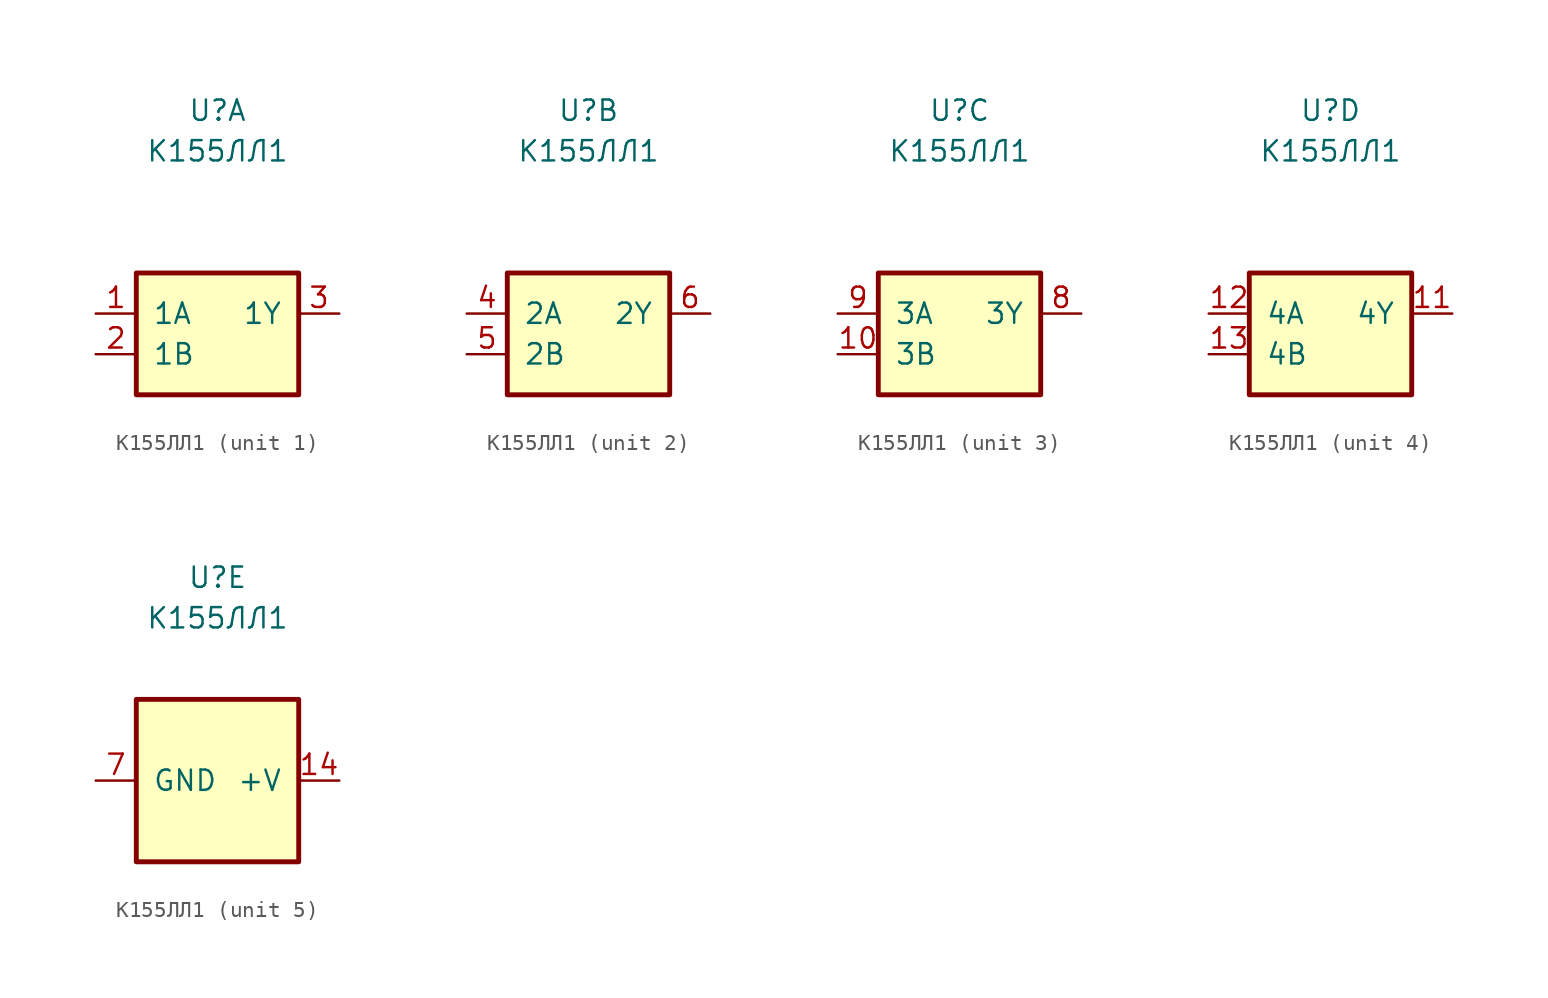
<source format=kicad_sym>
(kicad_symbol_lib
  (version 20220914)
  (generator kicad_symbol_editor)
  (symbol "К155ЛЛ1"
    (pin_names
      (offset 1.016))
    (property "Reference" "U"
      (at 0 12.7 0)
      (effects (font (size 1.27 1.27))))
    (property "Value" "К155ЛЛ1"
      (at 0 10.16 0)
      (effects (font (size 1.27 1.27))))
    (property "ki_locked" ""
      (at 0 0 0)
      (effects (font (size 1.27 1.27))))
    (symbol "К155ЛЛ1_1_1"
      (rectangle (start -5.08 2.54) (end 5.08 -5.08) (stroke (width 0.305) (type default)) (fill (type background)))
      (pin input line (at -7.62 0 0) (length 2.54) (name "1A" (effects (font (size 1.27 1.27)))) (number "1" (effects (font (size 1.27 1.27)))))
      (pin input line (at -7.62 -2.54 0) (length 2.54) (name "1B" (effects (font (size 1.27 1.27)))) (number "2" (effects (font (size 1.27 1.27)))))
      (pin output line (at 7.62 0 180) (length 2.54) (name "1Y" (effects (font (size 1.27 1.27)))) (number "3" (effects (font (size 1.27 1.27))))))
    (symbol "К155ЛЛ1_2_1"
      (rectangle (start -5.08 2.54) (end 5.08 -5.08) (stroke (width 0.305) (type default)) (fill (type background)))
      (pin input line (at -7.62 0 0) (length 2.54) (name "2A" (effects (font (size 1.27 1.27)))) (number "4" (effects (font (size 1.27 1.27)))))
      (pin input line (at -7.62 -2.54 0) (length 2.54) (name "2B" (effects (font (size 1.27 1.27)))) (number "5" (effects (font (size 1.27 1.27)))))
      (pin output line (at 7.62 0 180) (length 2.54) (name "2Y" (effects (font (size 1.27 1.27)))) (number "6" (effects (font (size 1.27 1.27))))))
    (symbol "К155ЛЛ1_3_1"
      (rectangle (start -5.08 2.54) (end 5.08 -5.08) (stroke (width 0.305) (type default)) (fill (type background)))
      (pin input line (at -7.62 -2.54 0) (length 2.54) (name "3B" (effects (font (size 1.27 1.27)))) (number "10" (effects (font (size 1.27 1.27)))))
      (pin output line (at 7.62 0 180) (length 2.54) (name "3Y" (effects (font (size 1.27 1.27)))) (number "8" (effects (font (size 1.27 1.27)))))
      (pin input line (at -7.62 0 0) (length 2.54) (name "3A" (effects (font (size 1.27 1.27)))) (number "9" (effects (font (size 1.27 1.27))))))
    (symbol "К155ЛЛ1_4_1"
      (rectangle (start -5.08 2.54) (end 5.08 -5.08) (stroke (width 0.305) (type default)) (fill (type background)))
      (pin output line (at 7.62 0 180) (length 2.54) (name "4Y" (effects (font (size 1.27 1.27)))) (number "11" (effects (font (size 1.27 1.27)))))
      (pin input line (at -7.62 0 0) (length 2.54) (name "4A" (effects (font (size 1.27 1.27)))) (number "12" (effects (font (size 1.27 1.27)))))
      (pin input line (at -7.62 -2.54 0) (length 2.54) (name "4B" (effects (font (size 1.27 1.27)))) (number "13" (effects (font (size 1.27 1.27))))))
    (symbol "К155ЛЛ1_5_1"
      (rectangle (start -5.08 5.08) (end 5.08 -5.08) (stroke (width 0.305) (type default)) (fill (type background)))
      (pin power_in line (at 7.62 0 180) (length 2.54) (name "+V" (effects (font (size 1.27 1.27)))) (number "14" (effects (font (size 1.27 1.27)))))
      (pin power_in line (at -7.62 0 0) (length 2.54) (name "GND" (effects (font (size 1.27 1.27)))) (number "7" (effects (font (size 1.27 1.27))))))))
</source>
